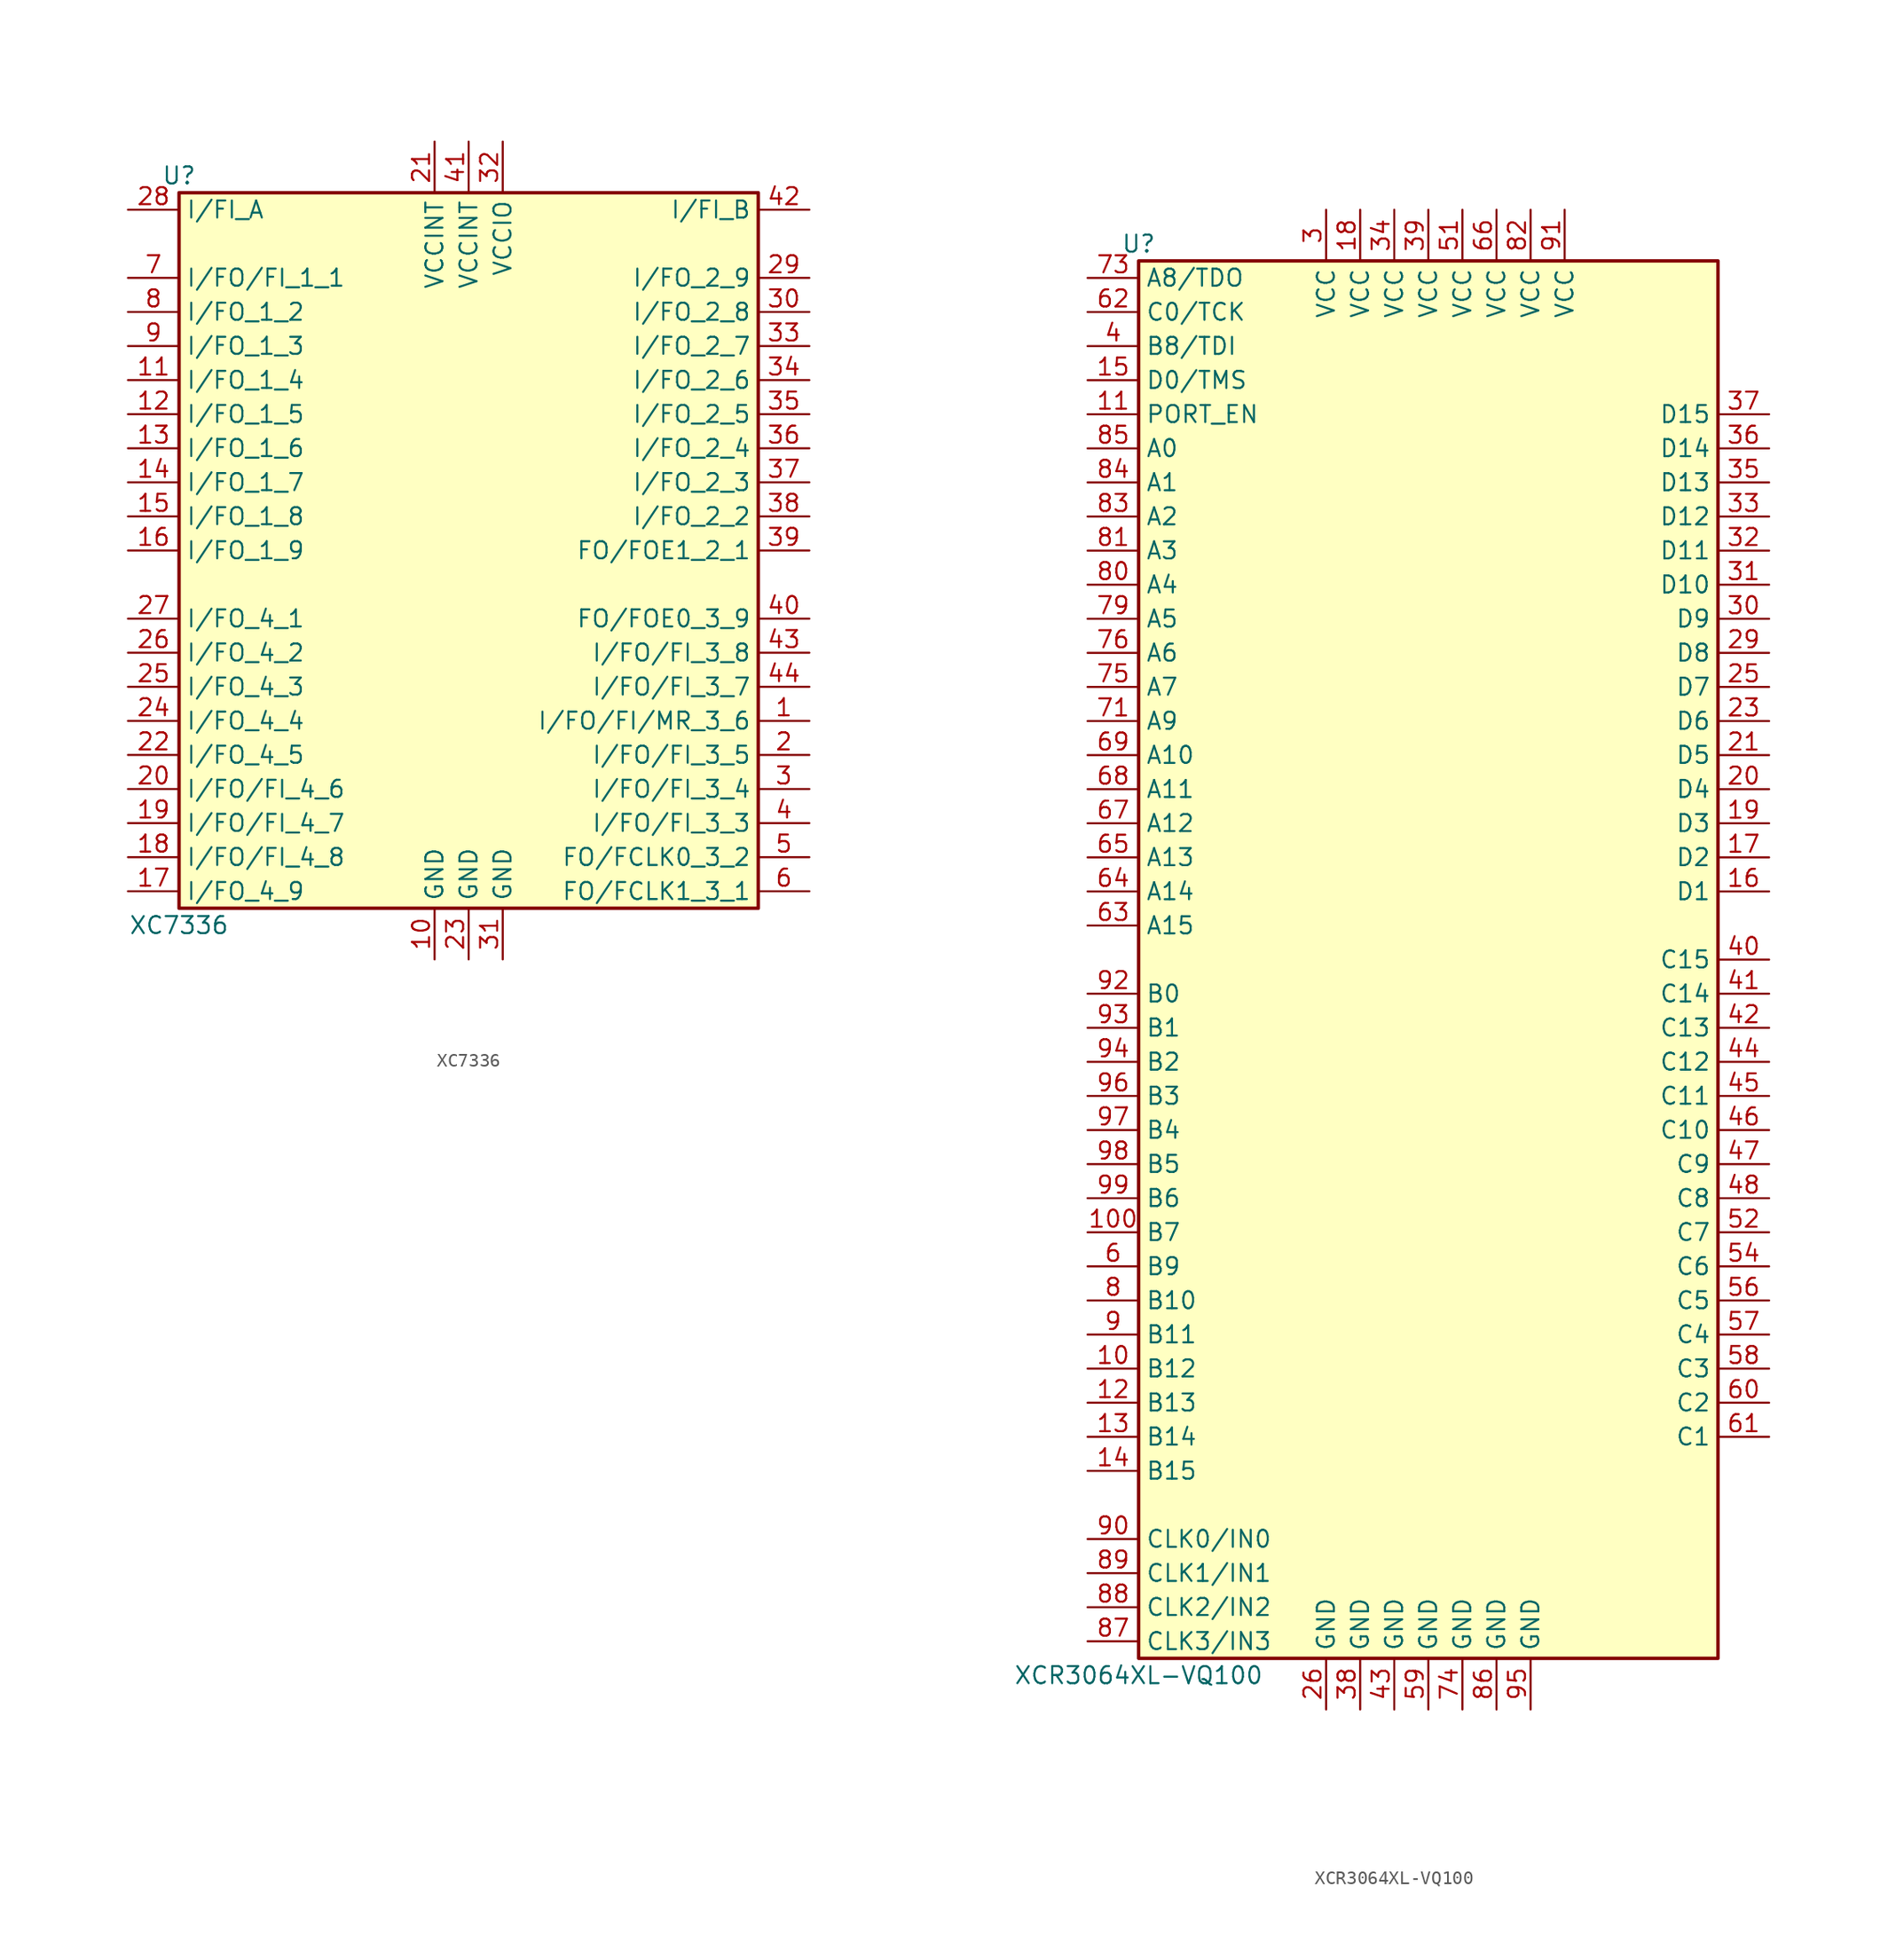
<source format=kicad_sym>
(kicad_symbol_lib
  (version 20220914)
  (generator kicad_symbol_editor)
  (symbol "XC7336"
    (property "Reference" "U"
      (at -21.59 27.94 0)
      (effects (font (size 1.27 1.27))))
    (property "Value" "XC7336"
      (at -21.59 -27.94 0)
      (effects (font (size 1.27 1.27))))
    (symbol "XC7336_1_1"
      (rectangle (start -21.59 26.67) (end 21.59 -26.67) (stroke (width 0.254) (type default)) (fill (type background)))
      (pin bidirectional line (at 25.4 -12.7 180) (length 3.81) (name "I/FO/FI/MR_3_6" (effects (font (size 1.27 1.27)))) (number "1" (effects (font (size 1.27 1.27)))))
      (pin power_in line (at -2.54 -30.48 90) (length 3.81) (name "GND" (effects (font (size 1.27 1.27)))) (number "10" (effects (font (size 1.27 1.27)))))
      (pin bidirectional line (at -25.4 12.7 0) (length 3.81) (name "I/FO_1_4" (effects (font (size 1.27 1.27)))) (number "11" (effects (font (size 1.27 1.27)))))
      (pin bidirectional line (at -25.4 10.16 0) (length 3.81) (name "I/FO_1_5" (effects (font (size 1.27 1.27)))) (number "12" (effects (font (size 1.27 1.27)))))
      (pin bidirectional line (at -25.4 7.62 0) (length 3.81) (name "I/FO_1_6" (effects (font (size 1.27 1.27)))) (number "13" (effects (font (size 1.27 1.27)))))
      (pin bidirectional line (at -25.4 5.08 0) (length 3.81) (name "I/FO_1_7" (effects (font (size 1.27 1.27)))) (number "14" (effects (font (size 1.27 1.27)))))
      (pin bidirectional line (at -25.4 2.54 0) (length 3.81) (name "I/FO_1_8" (effects (font (size 1.27 1.27)))) (number "15" (effects (font (size 1.27 1.27)))))
      (pin bidirectional line (at -25.4 0 0) (length 3.81) (name "I/FO_1_9" (effects (font (size 1.27 1.27)))) (number "16" (effects (font (size 1.27 1.27)))))
      (pin bidirectional line (at -25.4 -25.4 0) (length 3.81) (name "I/FO_4_9" (effects (font (size 1.27 1.27)))) (number "17" (effects (font (size 1.27 1.27)))))
      (pin bidirectional line (at -25.4 -22.86 0) (length 3.81) (name "I/FO/FI_4_8" (effects (font (size 1.27 1.27)))) (number "18" (effects (font (size 1.27 1.27)))))
      (pin bidirectional line (at -25.4 -20.32 0) (length 3.81) (name "I/FO/FI_4_7" (effects (font (size 1.27 1.27)))) (number "19" (effects (font (size 1.27 1.27)))))
      (pin bidirectional line (at 25.4 -15.24 180) (length 3.81) (name "I/FO/FI_3_5" (effects (font (size 1.27 1.27)))) (number "2" (effects (font (size 1.27 1.27)))))
      (pin bidirectional line (at -25.4 -17.78 0) (length 3.81) (name "I/FO/FI_4_6" (effects (font (size 1.27 1.27)))) (number "20" (effects (font (size 1.27 1.27)))))
      (pin power_in line (at -2.54 30.48 270) (length 3.81) (name "VCCINT" (effects (font (size 1.27 1.27)))) (number "21" (effects (font (size 1.27 1.27)))))
      (pin bidirectional line (at -25.4 -15.24 0) (length 3.81) (name "I/FO_4_5" (effects (font (size 1.27 1.27)))) (number "22" (effects (font (size 1.27 1.27)))))
      (pin power_in line (at 0 -30.48 90) (length 3.81) (name "GND" (effects (font (size 1.27 1.27)))) (number "23" (effects (font (size 1.27 1.27)))))
      (pin bidirectional line (at -25.4 -12.7 0) (length 3.81) (name "I/FO_4_4" (effects (font (size 1.27 1.27)))) (number "24" (effects (font (size 1.27 1.27)))))
      (pin bidirectional line (at -25.4 -10.16 0) (length 3.81) (name "I/FO_4_3" (effects (font (size 1.27 1.27)))) (number "25" (effects (font (size 1.27 1.27)))))
      (pin bidirectional line (at -25.4 -7.62 0) (length 3.81) (name "I/FO_4_2" (effects (font (size 1.27 1.27)))) (number "26" (effects (font (size 1.27 1.27)))))
      (pin bidirectional line (at -25.4 -5.08 0) (length 3.81) (name "I/FO_4_1" (effects (font (size 1.27 1.27)))) (number "27" (effects (font (size 1.27 1.27)))))
      (pin bidirectional line (at -25.4 25.4 0) (length 3.81) (name "I/FI_A" (effects (font (size 1.27 1.27)))) (number "28" (effects (font (size 1.27 1.27)))))
      (pin bidirectional line (at 25.4 20.32 180) (length 3.81) (name "I/FO_2_9" (effects (font (size 1.27 1.27)))) (number "29" (effects (font (size 1.27 1.27)))))
      (pin bidirectional line (at 25.4 -17.78 180) (length 3.81) (name "I/FO/FI_3_4" (effects (font (size 1.27 1.27)))) (number "3" (effects (font (size 1.27 1.27)))))
      (pin bidirectional line (at 25.4 17.78 180) (length 3.81) (name "I/FO_2_8" (effects (font (size 1.27 1.27)))) (number "30" (effects (font (size 1.27 1.27)))))
      (pin power_in line (at 2.54 -30.48 90) (length 3.81) (name "GND" (effects (font (size 1.27 1.27)))) (number "31" (effects (font (size 1.27 1.27)))))
      (pin power_in line (at 2.54 30.48 270) (length 3.81) (name "VCCIO" (effects (font (size 1.27 1.27)))) (number "32" (effects (font (size 1.27 1.27)))))
      (pin bidirectional line (at 25.4 15.24 180) (length 3.81) (name "I/FO_2_7" (effects (font (size 1.27 1.27)))) (number "33" (effects (font (size 1.27 1.27)))))
      (pin bidirectional line (at 25.4 12.7 180) (length 3.81) (name "I/FO_2_6" (effects (font (size 1.27 1.27)))) (number "34" (effects (font (size 1.27 1.27)))))
      (pin bidirectional line (at 25.4 10.16 180) (length 3.81) (name "I/FO_2_5" (effects (font (size 1.27 1.27)))) (number "35" (effects (font (size 1.27 1.27)))))
      (pin bidirectional line (at 25.4 7.62 180) (length 3.81) (name "I/FO_2_4" (effects (font (size 1.27 1.27)))) (number "36" (effects (font (size 1.27 1.27)))))
      (pin bidirectional line (at 25.4 5.08 180) (length 3.81) (name "I/FO_2_3" (effects (font (size 1.27 1.27)))) (number "37" (effects (font (size 1.27 1.27)))))
      (pin bidirectional line (at 25.4 2.54 180) (length 3.81) (name "I/FO_2_2" (effects (font (size 1.27 1.27)))) (number "38" (effects (font (size 1.27 1.27)))))
      (pin bidirectional line (at 25.4 0 180) (length 3.81) (name "FO/FOE1_2_1" (effects (font (size 1.27 1.27)))) (number "39" (effects (font (size 1.27 1.27)))))
      (pin bidirectional line (at 25.4 -20.32 180) (length 3.81) (name "I/FO/FI_3_3" (effects (font (size 1.27 1.27)))) (number "4" (effects (font (size 1.27 1.27)))))
      (pin bidirectional line (at 25.4 -5.08 180) (length 3.81) (name "FO/FOE0_3_9" (effects (font (size 1.27 1.27)))) (number "40" (effects (font (size 1.27 1.27)))))
      (pin power_in line (at 0 30.48 270) (length 3.81) (name "VCCINT" (effects (font (size 1.27 1.27)))) (number "41" (effects (font (size 1.27 1.27)))))
      (pin bidirectional line (at 25.4 25.4 180) (length 3.81) (name "I/FI_B" (effects (font (size 1.27 1.27)))) (number "42" (effects (font (size 1.27 1.27)))))
      (pin bidirectional line (at 25.4 -7.62 180) (length 3.81) (name "I/FO/FI_3_8" (effects (font (size 1.27 1.27)))) (number "43" (effects (font (size 1.27 1.27)))))
      (pin bidirectional line (at 25.4 -10.16 180) (length 3.81) (name "I/FO/FI_3_7" (effects (font (size 1.27 1.27)))) (number "44" (effects (font (size 1.27 1.27)))))
      (pin bidirectional line (at 25.4 -22.86 180) (length 3.81) (name "FO/FCLK0_3_2" (effects (font (size 1.27 1.27)))) (number "5" (effects (font (size 1.27 1.27)))))
      (pin bidirectional line (at 25.4 -25.4 180) (length 3.81) (name "FO/FCLK1_3_1" (effects (font (size 1.27 1.27)))) (number "6" (effects (font (size 1.27 1.27)))))
      (pin bidirectional line (at -25.4 20.32 0) (length 3.81) (name "I/FO/FI_1_1" (effects (font (size 1.27 1.27)))) (number "7" (effects (font (size 1.27 1.27)))))
      (pin bidirectional line (at -25.4 17.78 0) (length 3.81) (name "I/FO_1_2" (effects (font (size 1.27 1.27)))) (number "8" (effects (font (size 1.27 1.27)))))
      (pin bidirectional line (at -25.4 15.24 0) (length 3.81) (name "I/FO_1_3" (effects (font (size 1.27 1.27)))) (number "9" (effects (font (size 1.27 1.27)))))))
  (symbol "XCR3064XL-VQ100"
    (property "Reference" "U"
      (at -21.59 53.34 0)
      (effects (font (size 1.27 1.27))))
    (property "Value" "XCR3064XL-VQ100"
      (at -21.59 -53.34 0)
      (effects (font (size 1.27 1.27))))
    (symbol "XCR3064XL-VQ100_1_1"
      (rectangle (start -21.59 52.07) (end 21.59 -52.07) (stroke (width 0.254) (type default)) (fill (type background)))
      (pin passive line (at -25.4 -30.48 0) (length 3.81) (name "B12" (effects (font (size 1.27 1.27)))) (number "10" (effects (font (size 1.27 1.27)))))
      (pin passive line (at -25.4 -20.32 0) (length 3.81) (name "B7" (effects (font (size 1.27 1.27)))) (number "100" (effects (font (size 1.27 1.27)))))
      (pin passive line (at -25.4 40.64 0) (length 3.81) (name "PORT_EN" (effects (font (size 1.27 1.27)))) (number "11" (effects (font (size 1.27 1.27)))))
      (pin passive line (at -25.4 -33.02 0) (length 3.81) (name "B13" (effects (font (size 1.27 1.27)))) (number "12" (effects (font (size 1.27 1.27)))))
      (pin passive line (at -25.4 -35.56 0) (length 3.81) (name "B14" (effects (font (size 1.27 1.27)))) (number "13" (effects (font (size 1.27 1.27)))))
      (pin passive line (at -25.4 -38.1 0) (length 3.81) (name "B15" (effects (font (size 1.27 1.27)))) (number "14" (effects (font (size 1.27 1.27)))))
      (pin passive line (at -25.4 43.18 0) (length 3.81) (name "D0/TMS" (effects (font (size 1.27 1.27)))) (number "15" (effects (font (size 1.27 1.27)))))
      (pin passive line (at 25.4 5.08 180) (length 3.81) (name "D1" (effects (font (size 1.27 1.27)))) (number "16" (effects (font (size 1.27 1.27)))))
      (pin passive line (at 25.4 7.62 180) (length 3.81) (name "D2" (effects (font (size 1.27 1.27)))) (number "17" (effects (font (size 1.27 1.27)))))
      (pin power_in line (at -5.08 55.88 270) (length 3.81) (name "VCC" (effects (font (size 1.27 1.27)))) (number "18" (effects (font (size 1.27 1.27)))))
      (pin passive line (at 25.4 10.16 180) (length 3.81) (name "D3" (effects (font (size 1.27 1.27)))) (number "19" (effects (font (size 1.27 1.27)))))
      (pin passive line (at 25.4 12.7 180) (length 3.81) (name "D4" (effects (font (size 1.27 1.27)))) (number "20" (effects (font (size 1.27 1.27)))))
      (pin passive line (at 25.4 15.24 180) (length 3.81) (name "D5" (effects (font (size 1.27 1.27)))) (number "21" (effects (font (size 1.27 1.27)))))
      (pin passive line (at 25.4 17.78 180) (length 3.81) (name "D6" (effects (font (size 1.27 1.27)))) (number "23" (effects (font (size 1.27 1.27)))))
      (pin passive line (at 25.4 20.32 180) (length 3.81) (name "D7" (effects (font (size 1.27 1.27)))) (number "25" (effects (font (size 1.27 1.27)))))
      (pin power_in line (at -7.62 -55.88 90) (length 3.81) (name "GND" (effects (font (size 1.27 1.27)))) (number "26" (effects (font (size 1.27 1.27)))))
      (pin passive line (at 25.4 22.86 180) (length 3.81) (name "D8" (effects (font (size 1.27 1.27)))) (number "29" (effects (font (size 1.27 1.27)))))
      (pin power_in line (at -7.62 55.88 270) (length 3.81) (name "VCC" (effects (font (size 1.27 1.27)))) (number "3" (effects (font (size 1.27 1.27)))))
      (pin passive line (at 25.4 25.4 180) (length 3.81) (name "D9" (effects (font (size 1.27 1.27)))) (number "30" (effects (font (size 1.27 1.27)))))
      (pin passive line (at 25.4 27.94 180) (length 3.81) (name "D10" (effects (font (size 1.27 1.27)))) (number "31" (effects (font (size 1.27 1.27)))))
      (pin passive line (at 25.4 30.48 180) (length 3.81) (name "D11" (effects (font (size 1.27 1.27)))) (number "32" (effects (font (size 1.27 1.27)))))
      (pin passive line (at 25.4 33.02 180) (length 3.81) (name "D12" (effects (font (size 1.27 1.27)))) (number "33" (effects (font (size 1.27 1.27)))))
      (pin power_in line (at -2.54 55.88 270) (length 3.81) (name "VCC" (effects (font (size 1.27 1.27)))) (number "34" (effects (font (size 1.27 1.27)))))
      (pin passive line (at 25.4 35.56 180) (length 3.81) (name "D13" (effects (font (size 1.27 1.27)))) (number "35" (effects (font (size 1.27 1.27)))))
      (pin passive line (at 25.4 38.1 180) (length 3.81) (name "D14" (effects (font (size 1.27 1.27)))) (number "36" (effects (font (size 1.27 1.27)))))
      (pin passive line (at 25.4 40.64 180) (length 3.81) (name "D15" (effects (font (size 1.27 1.27)))) (number "37" (effects (font (size 1.27 1.27)))))
      (pin power_in line (at -5.08 -55.88 90) (length 3.81) (name "GND" (effects (font (size 1.27 1.27)))) (number "38" (effects (font (size 1.27 1.27)))))
      (pin power_in line (at 0 55.88 270) (length 3.81) (name "VCC" (effects (font (size 1.27 1.27)))) (number "39" (effects (font (size 1.27 1.27)))))
      (pin passive line (at -25.4 45.72 0) (length 3.81) (name "B8/TDI" (effects (font (size 1.27 1.27)))) (number "4" (effects (font (size 1.27 1.27)))))
      (pin passive line (at 25.4 0 180) (length 3.81) (name "C15" (effects (font (size 1.27 1.27)))) (number "40" (effects (font (size 1.27 1.27)))))
      (pin passive line (at 25.4 -2.54 180) (length 3.81) (name "C14" (effects (font (size 1.27 1.27)))) (number "41" (effects (font (size 1.27 1.27)))))
      (pin passive line (at 25.4 -5.08 180) (length 3.81) (name "C13" (effects (font (size 1.27 1.27)))) (number "42" (effects (font (size 1.27 1.27)))))
      (pin power_in line (at -2.54 -55.88 90) (length 3.81) (name "GND" (effects (font (size 1.27 1.27)))) (number "43" (effects (font (size 1.27 1.27)))))
      (pin passive line (at 25.4 -7.62 180) (length 3.81) (name "C12" (effects (font (size 1.27 1.27)))) (number "44" (effects (font (size 1.27 1.27)))))
      (pin passive line (at 25.4 -10.16 180) (length 3.81) (name "C11" (effects (font (size 1.27 1.27)))) (number "45" (effects (font (size 1.27 1.27)))))
      (pin passive line (at 25.4 -12.7 180) (length 3.81) (name "C10" (effects (font (size 1.27 1.27)))) (number "46" (effects (font (size 1.27 1.27)))))
      (pin passive line (at 25.4 -15.24 180) (length 3.81) (name "C9" (effects (font (size 1.27 1.27)))) (number "47" (effects (font (size 1.27 1.27)))))
      (pin passive line (at 25.4 -17.78 180) (length 3.81) (name "C8" (effects (font (size 1.27 1.27)))) (number "48" (effects (font (size 1.27 1.27)))))
      (pin power_in line (at 2.54 55.88 270) (length 3.81) (name "VCC" (effects (font (size 1.27 1.27)))) (number "51" (effects (font (size 1.27 1.27)))))
      (pin passive line (at 25.4 -20.32 180) (length 3.81) (name "C7" (effects (font (size 1.27 1.27)))) (number "52" (effects (font (size 1.27 1.27)))))
      (pin passive line (at 25.4 -22.86 180) (length 3.81) (name "C6" (effects (font (size 1.27 1.27)))) (number "54" (effects (font (size 1.27 1.27)))))
      (pin passive line (at 25.4 -25.4 180) (length 3.81) (name "C5" (effects (font (size 1.27 1.27)))) (number "56" (effects (font (size 1.27 1.27)))))
      (pin passive line (at 25.4 -27.94 180) (length 3.81) (name "C4" (effects (font (size 1.27 1.27)))) (number "57" (effects (font (size 1.27 1.27)))))
      (pin passive line (at 25.4 -30.48 180) (length 3.81) (name "C3" (effects (font (size 1.27 1.27)))) (number "58" (effects (font (size 1.27 1.27)))))
      (pin power_in line (at 0 -55.88 90) (length 3.81) (name "GND" (effects (font (size 1.27 1.27)))) (number "59" (effects (font (size 1.27 1.27)))))
      (pin passive line (at -25.4 -22.86 0) (length 3.81) (name "B9" (effects (font (size 1.27 1.27)))) (number "6" (effects (font (size 1.27 1.27)))))
      (pin passive line (at 25.4 -33.02 180) (length 3.81) (name "C2" (effects (font (size 1.27 1.27)))) (number "60" (effects (font (size 1.27 1.27)))))
      (pin passive line (at 25.4 -35.56 180) (length 3.81) (name "C1" (effects (font (size 1.27 1.27)))) (number "61" (effects (font (size 1.27 1.27)))))
      (pin passive line (at -25.4 48.26 0) (length 3.81) (name "C0/TCK" (effects (font (size 1.27 1.27)))) (number "62" (effects (font (size 1.27 1.27)))))
      (pin passive line (at -25.4 2.54 0) (length 3.81) (name "A15" (effects (font (size 1.27 1.27)))) (number "63" (effects (font (size 1.27 1.27)))))
      (pin passive line (at -25.4 5.08 0) (length 3.81) (name "A14" (effects (font (size 1.27 1.27)))) (number "64" (effects (font (size 1.27 1.27)))))
      (pin passive line (at -25.4 7.62 0) (length 3.81) (name "A13" (effects (font (size 1.27 1.27)))) (number "65" (effects (font (size 1.27 1.27)))))
      (pin power_in line (at 5.08 55.88 270) (length 3.81) (name "VCC" (effects (font (size 1.27 1.27)))) (number "66" (effects (font (size 1.27 1.27)))))
      (pin passive line (at -25.4 10.16 0) (length 3.81) (name "A12" (effects (font (size 1.27 1.27)))) (number "67" (effects (font (size 1.27 1.27)))))
      (pin passive line (at -25.4 12.7 0) (length 3.81) (name "A11" (effects (font (size 1.27 1.27)))) (number "68" (effects (font (size 1.27 1.27)))))
      (pin passive line (at -25.4 15.24 0) (length 3.81) (name "A10" (effects (font (size 1.27 1.27)))) (number "69" (effects (font (size 1.27 1.27)))))
      (pin passive line (at -25.4 17.78 0) (length 3.81) (name "A9" (effects (font (size 1.27 1.27)))) (number "71" (effects (font (size 1.27 1.27)))))
      (pin passive line (at -25.4 50.8 0) (length 3.81) (name "A8/TDO" (effects (font (size 1.27 1.27)))) (number "73" (effects (font (size 1.27 1.27)))))
      (pin power_in line (at 2.54 -55.88 90) (length 3.81) (name "GND" (effects (font (size 1.27 1.27)))) (number "74" (effects (font (size 1.27 1.27)))))
      (pin passive line (at -25.4 20.32 0) (length 3.81) (name "A7" (effects (font (size 1.27 1.27)))) (number "75" (effects (font (size 1.27 1.27)))))
      (pin passive line (at -25.4 22.86 0) (length 3.81) (name "A6" (effects (font (size 1.27 1.27)))) (number "76" (effects (font (size 1.27 1.27)))))
      (pin passive line (at -25.4 25.4 0) (length 3.81) (name "A5" (effects (font (size 1.27 1.27)))) (number "79" (effects (font (size 1.27 1.27)))))
      (pin passive line (at -25.4 -25.4 0) (length 3.81) (name "B10" (effects (font (size 1.27 1.27)))) (number "8" (effects (font (size 1.27 1.27)))))
      (pin passive line (at -25.4 27.94 0) (length 3.81) (name "A4" (effects (font (size 1.27 1.27)))) (number "80" (effects (font (size 1.27 1.27)))))
      (pin passive line (at -25.4 30.48 0) (length 3.81) (name "A3" (effects (font (size 1.27 1.27)))) (number "81" (effects (font (size 1.27 1.27)))))
      (pin power_in line (at 7.62 55.88 270) (length 3.81) (name "VCC" (effects (font (size 1.27 1.27)))) (number "82" (effects (font (size 1.27 1.27)))))
      (pin passive line (at -25.4 33.02 0) (length 3.81) (name "A2" (effects (font (size 1.27 1.27)))) (number "83" (effects (font (size 1.27 1.27)))))
      (pin passive line (at -25.4 35.56 0) (length 3.81) (name "A1" (effects (font (size 1.27 1.27)))) (number "84" (effects (font (size 1.27 1.27)))))
      (pin passive line (at -25.4 38.1 0) (length 3.81) (name "A0" (effects (font (size 1.27 1.27)))) (number "85" (effects (font (size 1.27 1.27)))))
      (pin power_in line (at 5.08 -55.88 90) (length 3.81) (name "GND" (effects (font (size 1.27 1.27)))) (number "86" (effects (font (size 1.27 1.27)))))
      (pin input line (at -25.4 -50.8 0) (length 3.81) (name "CLK3/IN3" (effects (font (size 1.27 1.27)))) (number "87" (effects (font (size 1.27 1.27)))))
      (pin input line (at -25.4 -48.26 0) (length 3.81) (name "CLK2/IN2" (effects (font (size 1.27 1.27)))) (number "88" (effects (font (size 1.27 1.27)))))
      (pin input line (at -25.4 -45.72 0) (length 3.81) (name "CLK1/IN1" (effects (font (size 1.27 1.27)))) (number "89" (effects (font (size 1.27 1.27)))))
      (pin passive line (at -25.4 -27.94 0) (length 3.81) (name "B11" (effects (font (size 1.27 1.27)))) (number "9" (effects (font (size 1.27 1.27)))))
      (pin input line (at -25.4 -43.18 0) (length 3.81) (name "CLK0/IN0" (effects (font (size 1.27 1.27)))) (number "90" (effects (font (size 1.27 1.27)))))
      (pin power_in line (at 10.16 55.88 270) (length 3.81) (name "VCC" (effects (font (size 1.27 1.27)))) (number "91" (effects (font (size 1.27 1.27)))))
      (pin passive line (at -25.4 -2.54 0) (length 3.81) (name "B0" (effects (font (size 1.27 1.27)))) (number "92" (effects (font (size 1.27 1.27)))))
      (pin passive line (at -25.4 -5.08 0) (length 3.81) (name "B1" (effects (font (size 1.27 1.27)))) (number "93" (effects (font (size 1.27 1.27)))))
      (pin passive line (at -25.4 -7.62 0) (length 3.81) (name "B2" (effects (font (size 1.27 1.27)))) (number "94" (effects (font (size 1.27 1.27)))))
      (pin power_in line (at 7.62 -55.88 90) (length 3.81) (name "GND" (effects (font (size 1.27 1.27)))) (number "95" (effects (font (size 1.27 1.27)))))
      (pin passive line (at -25.4 -10.16 0) (length 3.81) (name "B3" (effects (font (size 1.27 1.27)))) (number "96" (effects (font (size 1.27 1.27)))))
      (pin passive line (at -25.4 -12.7 0) (length 3.81) (name "B4" (effects (font (size 1.27 1.27)))) (number "97" (effects (font (size 1.27 1.27)))))
      (pin passive line (at -25.4 -15.24 0) (length 3.81) (name "B5" (effects (font (size 1.27 1.27)))) (number "98" (effects (font (size 1.27 1.27)))))
      (pin passive line (at -25.4 -17.78 0) (length 3.81) (name "B6" (effects (font (size 1.27 1.27)))) (number "99" (effects (font (size 1.27 1.27))))))))
</source>
